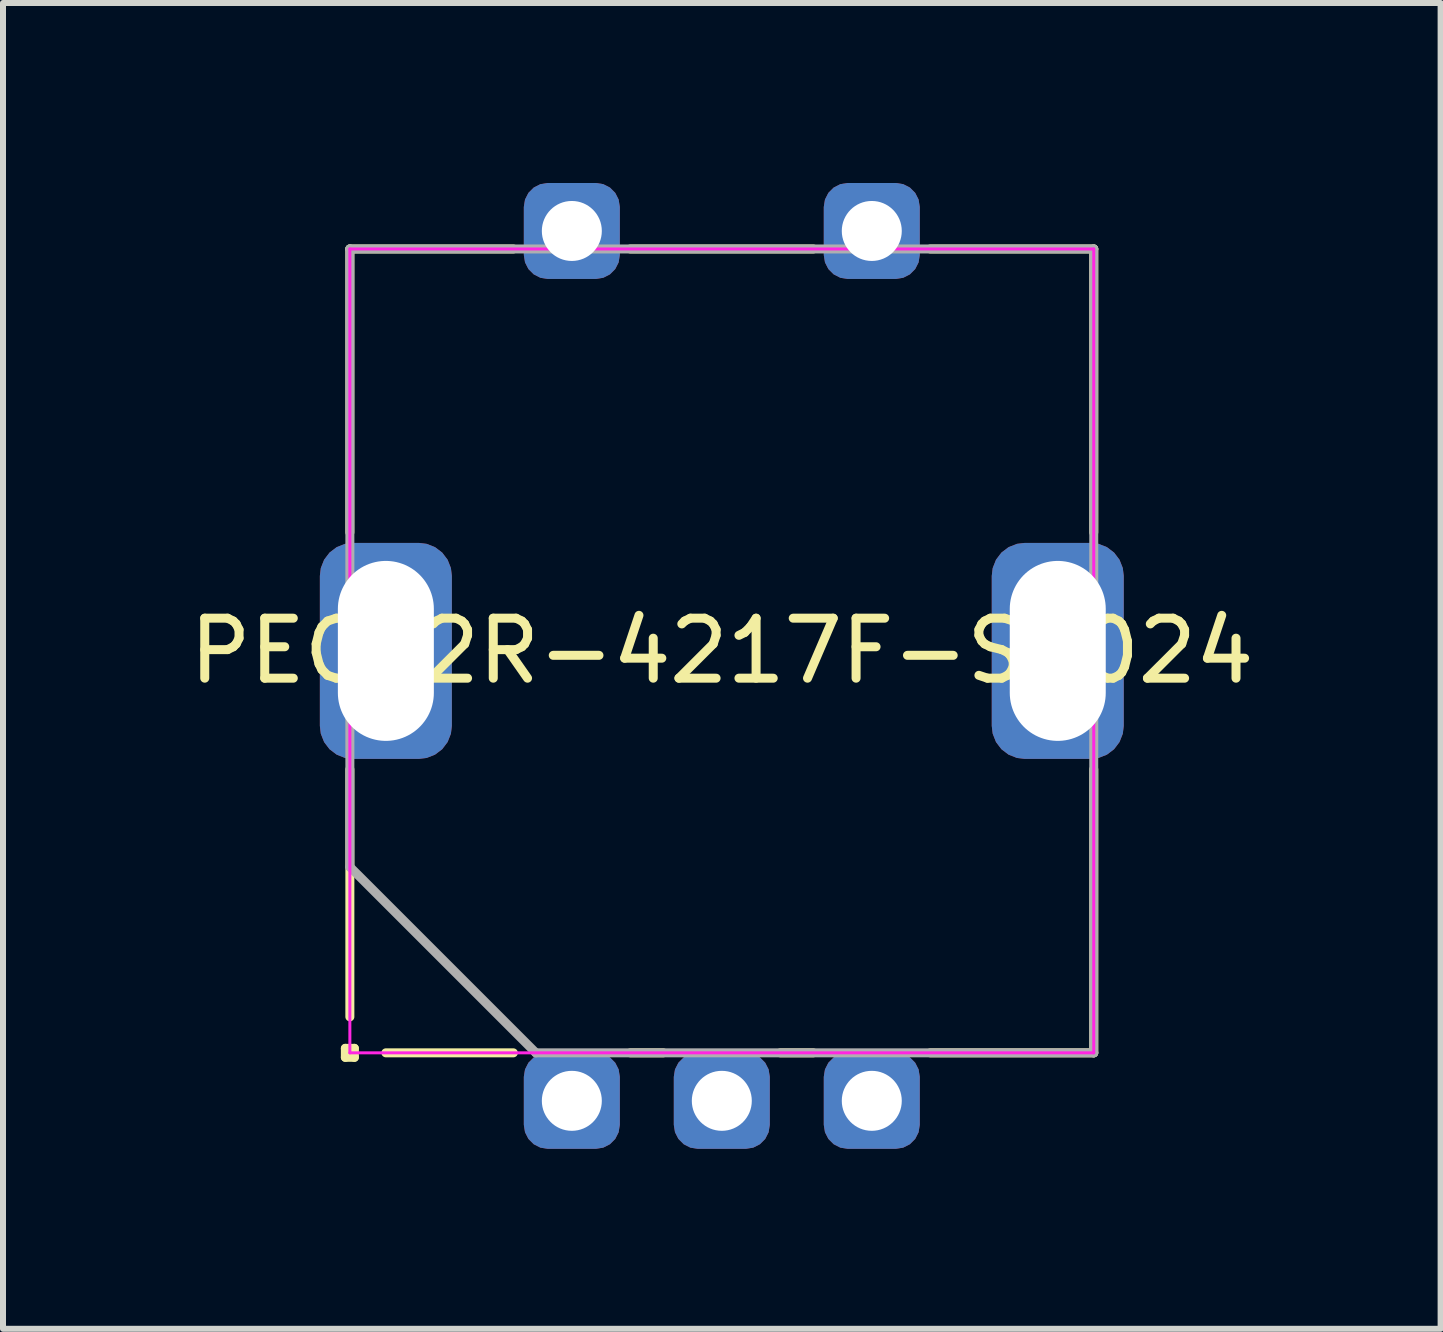
<source format=kicad_pcb>
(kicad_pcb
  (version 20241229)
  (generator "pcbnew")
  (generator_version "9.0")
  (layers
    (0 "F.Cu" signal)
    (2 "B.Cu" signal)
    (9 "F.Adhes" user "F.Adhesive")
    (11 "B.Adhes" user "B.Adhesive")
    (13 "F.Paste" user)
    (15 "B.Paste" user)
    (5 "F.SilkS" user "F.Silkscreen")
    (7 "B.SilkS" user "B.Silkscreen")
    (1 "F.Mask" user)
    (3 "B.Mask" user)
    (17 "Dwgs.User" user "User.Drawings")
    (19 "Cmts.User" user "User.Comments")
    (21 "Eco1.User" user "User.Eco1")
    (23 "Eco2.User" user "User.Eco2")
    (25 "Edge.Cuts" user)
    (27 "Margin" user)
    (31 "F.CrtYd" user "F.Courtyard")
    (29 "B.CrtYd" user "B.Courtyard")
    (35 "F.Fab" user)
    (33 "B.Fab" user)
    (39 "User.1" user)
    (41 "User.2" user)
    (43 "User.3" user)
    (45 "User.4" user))
  (footprint "PEC12R-4217F-S0024"
    (layer "F.Cu")
    (at 8.982 7.8)
    (property "Reference" "PEC12R-4217F-S0024" (at 0 0 0) (layer "F.SilkS") (effects (font (size 1 1) (thickness 0.15))))
    (attr through_hole)
    (fp_line (start -6.275 6.625) (end -6.125 6.625) (stroke (width 0.15) (type solid)) (layer "F.SilkS"))
    (fp_line (start -6.275 6.775) (end -6.275 6.625) (stroke (width 0.15) (type solid)) (layer "F.SilkS"))
    (fp_line (start -6.2 -6.7) (end -6.2 -1.975) (stroke (width 0.15) (type solid)) (layer "F.SilkS"))
    (fp_line (start -6.2 1.975) (end -6.2 6.1) (stroke (width 0.15) (type solid)) (layer "F.SilkS"))
    (fp_line (start -6.125 6.625) (end -6.125 6.775) (stroke (width 0.15) (type solid)) (layer "F.SilkS"))
    (fp_line (start -6.125 6.775) (end -6.275 6.775) (stroke (width 0.15) (type solid)) (layer "F.SilkS"))
    (fp_line (start -5.6 6.7) (end -3.475 6.7) (stroke (width 0.15) (type solid)) (layer "F.SilkS"))
    (fp_line (start -3.475 -6.7) (end -6.2 -6.7) (stroke (width 0.15) (type solid)) (layer "F.SilkS"))
    (fp_line (start -1.525 6.7) (end -0.975 6.7) (stroke (width 0.15) (type solid)) (layer "F.SilkS"))
    (fp_line (start 0.975 6.7) (end 1.525 6.7) (stroke (width 0.15) (type solid)) (layer "F.SilkS"))
    (fp_line (start 1.525 -6.7) (end -1.525 -6.7) (stroke (width 0.15) (type solid)) (layer "F.SilkS"))
    (fp_line (start 3.475 6.7) (end 6.2 6.7) (stroke (width 0.15) (type solid)) (layer "F.SilkS"))
    (fp_line (start 6.2 -6.7) (end 3.475 -6.7) (stroke (width 0.15) (type solid)) (layer "F.SilkS"))
    (fp_line (start 6.2 -1.975) (end 6.2 -6.7) (stroke (width 0.15) (type solid)) (layer "F.SilkS"))
    (fp_line (start 6.2 6.7) (end 6.2 1.975) (stroke (width 0.15) (type solid)) (layer "F.SilkS"))
    (fp_line (start -6.2 -6.7) (end 6.2 -6.7) (stroke (width 0.05) (type solid)) (layer "F.CrtYd"))
    (fp_line (start -6.2 6.7) (end -6.2 -6.7) (stroke (width 0.05) (type solid)) (layer "F.CrtYd"))
    (fp_line (start 6.2 -6.7) (end 6.2 6.7) (stroke (width 0.05) (type solid)) (layer "F.CrtYd"))
    (fp_line (start 6.2 6.7) (end -6.2 6.7) (stroke (width 0.05) (type solid)) (layer "F.CrtYd"))
    (fp_line (start -6.2 -6.7) (end -6.2 3.6) (stroke (width 0.15) (type solid)) (layer "F.Fab"))
    (fp_line (start -3.1 6.7) (end -6.2 3.6) (stroke (width 0.15) (type solid)) (layer "F.Fab"))
    (fp_line (start -3.1 6.7) (end 6.2 6.7) (stroke (width 0.15) (type solid)) (layer "F.Fab"))
    (fp_line (start 6.2 -6.7) (end -6.2 -6.7) (stroke (width 0.15) (type solid)) (layer "F.Fab"))
    (fp_line (start 6.2 6.7) (end 6.2 -6.7) (stroke (width 0.15) (type solid)) (layer "F.Fab"))
    (pad "1" thru_hole roundrect (at -5.6 0) (size 2.2 3.6) (drill oval 1.6 3) (layers "*.Cu" "*.Mask") (roundrect_rratio 0.25))
    (pad "2" thru_hole roundrect (at 5.6 0) (size 2.2 3.6) (drill oval 1.6 3) (layers "*.Cu" "*.Mask") (roundrect_rratio 0.25))
    (pad "A" thru_hole roundrect (at -2.5 7.5) (size 1.6 1.6) (drill 1) (layers "*.Cu" "*.Mask") (roundrect_rratio 0.25))
    (pad "B" thru_hole roundrect (at 2.5 7.5) (size 1.6 1.6) (drill 1) (layers "*.Cu" "*.Mask") (roundrect_rratio 0.25))
    (pad "C" thru_hole roundrect (at 0 7.5) (size 1.6 1.6) (drill 1) (layers "*.Cu" "*.Mask") (roundrect_rratio 0.25))
    (pad "S1" thru_hole roundrect (at -2.5 -7) (size 1.6 1.6) (drill 1) (layers "*.Cu" "*.Mask") (roundrect_rratio 0.25))
    (pad "S2" thru_hole roundrect (at 2.5 -7) (size 1.6 1.6) (drill 1) (layers "*.Cu" "*.Mask") (roundrect_rratio 0.25)))
  (gr_rect
    (start -3 -3)
    (end 20.964 19.1)
    (stroke (width 0.1) (type default))
    (fill no)
    (layer "Edge.Cuts")))
</source>
